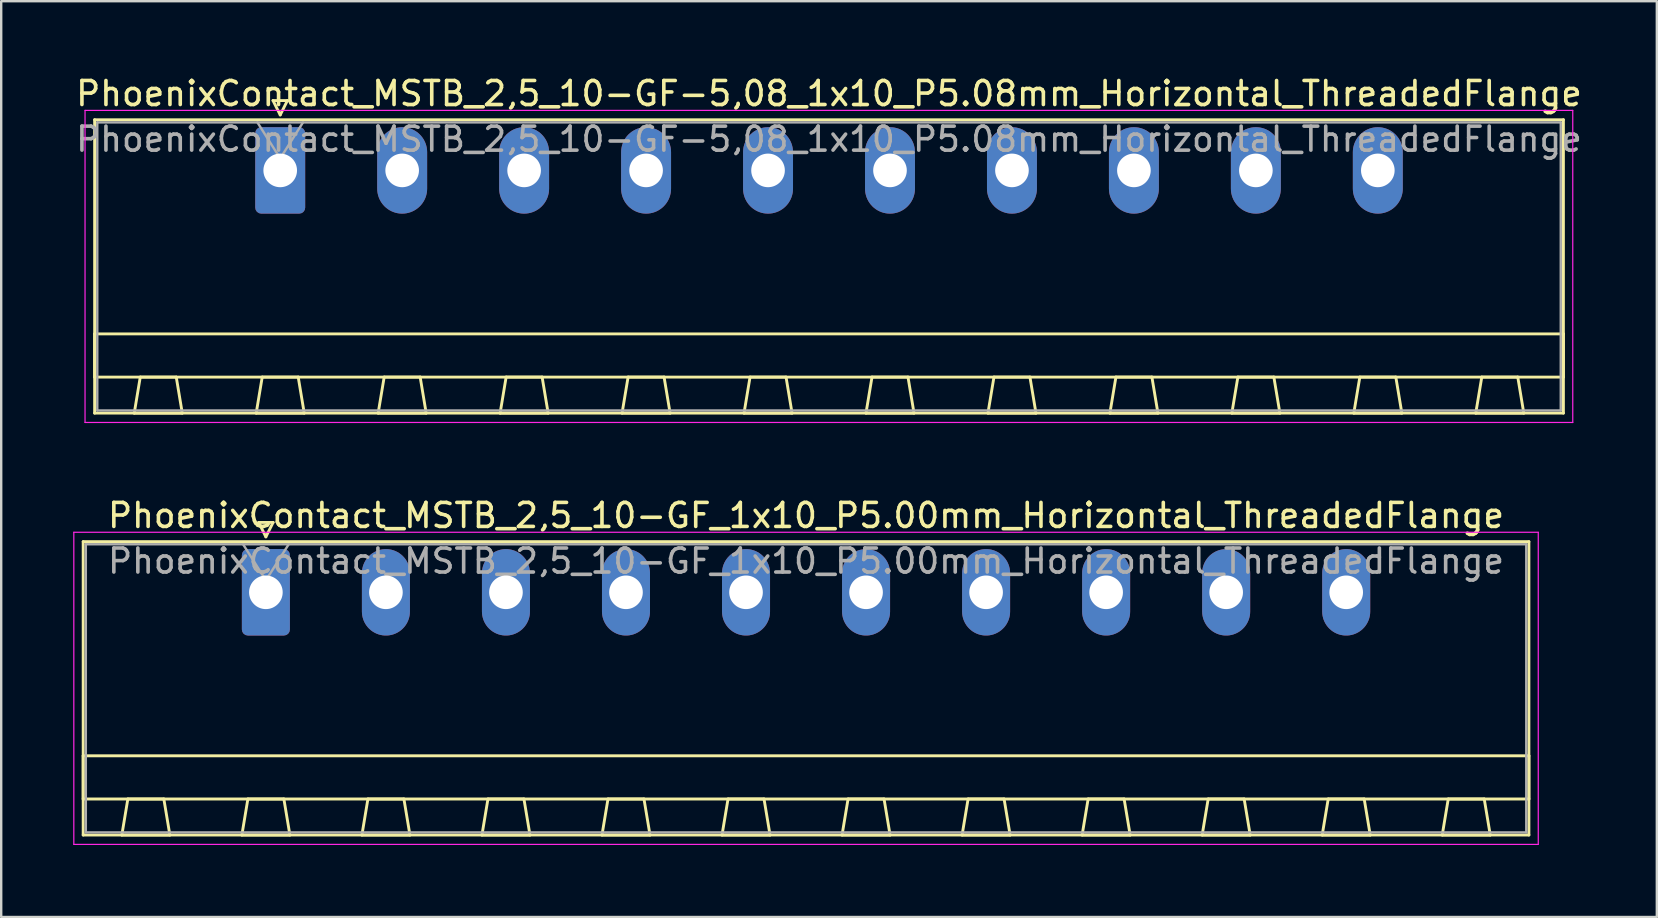
<source format=kicad_pcb>
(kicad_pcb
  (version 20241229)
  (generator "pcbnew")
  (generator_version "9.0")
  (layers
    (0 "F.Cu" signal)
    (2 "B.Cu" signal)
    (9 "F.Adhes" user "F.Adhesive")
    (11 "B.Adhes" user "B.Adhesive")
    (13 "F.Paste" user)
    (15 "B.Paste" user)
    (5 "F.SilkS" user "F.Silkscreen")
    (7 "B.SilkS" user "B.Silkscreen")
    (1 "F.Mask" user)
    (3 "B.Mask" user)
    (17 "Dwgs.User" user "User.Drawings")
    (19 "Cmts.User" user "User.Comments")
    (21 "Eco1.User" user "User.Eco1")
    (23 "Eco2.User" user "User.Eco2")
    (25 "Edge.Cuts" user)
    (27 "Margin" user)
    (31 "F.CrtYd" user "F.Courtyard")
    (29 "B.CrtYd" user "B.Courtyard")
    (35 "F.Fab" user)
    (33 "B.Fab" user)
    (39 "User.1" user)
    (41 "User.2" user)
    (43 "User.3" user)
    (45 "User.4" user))
  (footprint "PhoenixContact_MSTB_2,5_10-GF_1x10_P5.00mm_Horizontal_ThreadedFlange"
    (layer "F.Cu")
    (at 8.025 21.622)
    (property "Reference" "PhoenixContact_MSTB_2,5_10-GF_1x10_P5.00mm_Horizontal_ThreadedFlange" (at 22.5 -3.2 0) (layer "F.SilkS") (effects (font (size 1 1) (thickness 0.15))))
    (attr through_hole)
    (fp_line (start -7.61 -2.11) (end -7.61 10.11) (stroke (width 0.12) (type solid)) (layer "F.SilkS"))
    (fp_line (start -7.61 6.81) (end 52.61 6.81) (stroke (width 0.12) (type solid)) (layer "F.SilkS"))
    (fp_line (start -7.61 8.61) (end -7.61 6.81) (stroke (width 0.12) (type solid)) (layer "F.SilkS"))
    (fp_line (start -7.61 10.11) (end 52.61 10.11) (stroke (width 0.12) (type solid)) (layer "F.SilkS"))
    (fp_line (start -6 10.11) (end -4 10.11) (stroke (width 0.12) (type solid)) (layer "F.SilkS"))
    (fp_line (start -5.75 8.61) (end -6 10.11) (stroke (width 0.12) (type solid)) (layer "F.SilkS"))
    (fp_line (start -4.25 8.61) (end -5.75 8.61) (stroke (width 0.12) (type solid)) (layer "F.SilkS"))
    (fp_line (start -4 10.11) (end -4.25 8.61) (stroke (width 0.12) (type solid)) (layer "F.SilkS"))
    (fp_line (start -1 10.11) (end 1 10.11) (stroke (width 0.12) (type solid)) (layer "F.SilkS"))
    (fp_line (start -0.75 8.61) (end -1 10.11) (stroke (width 0.12) (type solid)) (layer "F.SilkS"))
    (fp_line (start -0.3 -2.91) (end 0.3 -2.91) (stroke (width 0.12) (type solid)) (layer "F.SilkS"))
    (fp_line (start 0 -2.31) (end -0.3 -2.91) (stroke (width 0.12) (type solid)) (layer "F.SilkS"))
    (fp_line (start 0.3 -2.91) (end 0 -2.31) (stroke (width 0.12) (type solid)) (layer "F.SilkS"))
    (fp_line (start 0.75 8.61) (end -0.75 8.61) (stroke (width 0.12) (type solid)) (layer "F.SilkS"))
    (fp_line (start 1 10.11) (end 0.75 8.61) (stroke (width 0.12) (type solid)) (layer "F.SilkS"))
    (fp_line (start 4 10.11) (end 6 10.11) (stroke (width 0.12) (type solid)) (layer "F.SilkS"))
    (fp_line (start 4.25 8.61) (end 4 10.11) (stroke (width 0.12) (type solid)) (layer "F.SilkS"))
    (fp_line (start 5.75 8.61) (end 4.25 8.61) (stroke (width 0.12) (type solid)) (layer "F.SilkS"))
    (fp_line (start 6 10.11) (end 5.75 8.61) (stroke (width 0.12) (type solid)) (layer "F.SilkS"))
    (fp_line (start 9 10.11) (end 11 10.11) (stroke (width 0.12) (type solid)) (layer "F.SilkS"))
    (fp_line (start 9.25 8.61) (end 9 10.11) (stroke (width 0.12) (type solid)) (layer "F.SilkS"))
    (fp_line (start 10.75 8.61) (end 9.25 8.61) (stroke (width 0.12) (type solid)) (layer "F.SilkS"))
    (fp_line (start 11 10.11) (end 10.75 8.61) (stroke (width 0.12) (type solid)) (layer "F.SilkS"))
    (fp_line (start 14 10.11) (end 16 10.11) (stroke (width 0.12) (type solid)) (layer "F.SilkS"))
    (fp_line (start 14.25 8.61) (end 14 10.11) (stroke (width 0.12) (type solid)) (layer "F.SilkS"))
    (fp_line (start 15.75 8.61) (end 14.25 8.61) (stroke (width 0.12) (type solid)) (layer "F.SilkS"))
    (fp_line (start 16 10.11) (end 15.75 8.61) (stroke (width 0.12) (type solid)) (layer "F.SilkS"))
    (fp_line (start 19 10.11) (end 21 10.11) (stroke (width 0.12) (type solid)) (layer "F.SilkS"))
    (fp_line (start 19.25 8.61) (end 19 10.11) (stroke (width 0.12) (type solid)) (layer "F.SilkS"))
    (fp_line (start 20.75 8.61) (end 19.25 8.61) (stroke (width 0.12) (type solid)) (layer "F.SilkS"))
    (fp_line (start 21 10.11) (end 20.75 8.61) (stroke (width 0.12) (type solid)) (layer "F.SilkS"))
    (fp_line (start 24 10.11) (end 26 10.11) (stroke (width 0.12) (type solid)) (layer "F.SilkS"))
    (fp_line (start 24.25 8.61) (end 24 10.11) (stroke (width 0.12) (type solid)) (layer "F.SilkS"))
    (fp_line (start 25.75 8.61) (end 24.25 8.61) (stroke (width 0.12) (type solid)) (layer "F.SilkS"))
    (fp_line (start 26 10.11) (end 25.75 8.61) (stroke (width 0.12) (type solid)) (layer "F.SilkS"))
    (fp_line (start 29 10.11) (end 31 10.11) (stroke (width 0.12) (type solid)) (layer "F.SilkS"))
    (fp_line (start 29.25 8.61) (end 29 10.11) (stroke (width 0.12) (type solid)) (layer "F.SilkS"))
    (fp_line (start 30.75 8.61) (end 29.25 8.61) (stroke (width 0.12) (type solid)) (layer "F.SilkS"))
    (fp_line (start 31 10.11) (end 30.75 8.61) (stroke (width 0.12) (type solid)) (layer "F.SilkS"))
    (fp_line (start 34 10.11) (end 36 10.11) (stroke (width 0.12) (type solid)) (layer "F.SilkS"))
    (fp_line (start 34.25 8.61) (end 34 10.11) (stroke (width 0.12) (type solid)) (layer "F.SilkS"))
    (fp_line (start 35.75 8.61) (end 34.25 8.61) (stroke (width 0.12) (type solid)) (layer "F.SilkS"))
    (fp_line (start 36 10.11) (end 35.75 8.61) (stroke (width 0.12) (type solid)) (layer "F.SilkS"))
    (fp_line (start 39 10.11) (end 41 10.11) (stroke (width 0.12) (type solid)) (layer "F.SilkS"))
    (fp_line (start 39.25 8.61) (end 39 10.11) (stroke (width 0.12) (type solid)) (layer "F.SilkS"))
    (fp_line (start 40.75 8.61) (end 39.25 8.61) (stroke (width 0.12) (type solid)) (layer "F.SilkS"))
    (fp_line (start 41 10.11) (end 40.75 8.61) (stroke (width 0.12) (type solid)) (layer "F.SilkS"))
    (fp_line (start 44 10.11) (end 46 10.11) (stroke (width 0.12) (type solid)) (layer "F.SilkS"))
    (fp_line (start 44.25 8.61) (end 44 10.11) (stroke (width 0.12) (type solid)) (layer "F.SilkS"))
    (fp_line (start 45.75 8.61) (end 44.25 8.61) (stroke (width 0.12) (type solid)) (layer "F.SilkS"))
    (fp_line (start 46 10.11) (end 45.75 8.61) (stroke (width 0.12) (type solid)) (layer "F.SilkS"))
    (fp_line (start 49 10.11) (end 51 10.11) (stroke (width 0.12) (type solid)) (layer "F.SilkS"))
    (fp_line (start 49.25 8.61) (end 49 10.11) (stroke (width 0.12) (type solid)) (layer "F.SilkS"))
    (fp_line (start 50.75 8.61) (end 49.25 8.61) (stroke (width 0.12) (type solid)) (layer "F.SilkS"))
    (fp_line (start 51 10.11) (end 50.75 8.61) (stroke (width 0.12) (type solid)) (layer "F.SilkS"))
    (fp_line (start 52.61 -2.11) (end -7.61 -2.11) (stroke (width 0.12) (type solid)) (layer "F.SilkS"))
    (fp_line (start 52.61 6.81) (end 52.61 8.61) (stroke (width 0.12) (type solid)) (layer "F.SilkS"))
    (fp_line (start 52.61 8.61) (end -7.61 8.61) (stroke (width 0.12) (type solid)) (layer "F.SilkS"))
    (fp_line (start 52.61 10.11) (end 52.61 -2.11) (stroke (width 0.12) (type solid)) (layer "F.SilkS"))
    (fp_line (start -8 -2.5) (end -8 10.5) (stroke (width 0.05) (type solid)) (layer "F.CrtYd"))
    (fp_line (start -8 10.5) (end 53 10.5) (stroke (width 0.05) (type solid)) (layer "F.CrtYd"))
    (fp_line (start 53 -2.5) (end -8 -2.5) (stroke (width 0.05) (type solid)) (layer "F.CrtYd"))
    (fp_line (start 53 10.5) (end 53 -2.5) (stroke (width 0.05) (type solid)) (layer "F.CrtYd"))
    (fp_line (start -7.5 -2) (end -7.5 10) (stroke (width 0.1) (type solid)) (layer "F.Fab"))
    (fp_line (start -7.5 10) (end 52.5 10) (stroke (width 0.1) (type solid)) (layer "F.Fab"))
    (fp_line (start 0 -0.5) (end -0.95 -2) (stroke (width 0.1) (type solid)) (layer "F.Fab"))
    (fp_line (start 0.95 -2) (end 0 -0.5) (stroke (width 0.1) (type solid)) (layer "F.Fab"))
    (fp_line (start 52.5 -2) (end -7.5 -2) (stroke (width 0.1) (type solid)) (layer "F.Fab"))
    (fp_line (start 52.5 10) (end 52.5 -2) (stroke (width 0.1) (type solid)) (layer "F.Fab"))
    (fp_text user "${REFERENCE}" (at 22.5 -1.3 0) (layer "F.Fab") (effects (font (size 1 1) (thickness 0.15))))
    (pad "1" thru_hole roundrect (at 0 0) (size 2 3.6) (drill 1.4) (layers "*.Cu" "*.Mask") (roundrect_rratio 0.125))
    (pad "2" thru_hole oval (at 5 0) (size 2 3.6) (drill 1.4) (layers "*.Cu" "*.Mask"))
    (pad "3" thru_hole oval (at 10 0) (size 2 3.6) (drill 1.4) (layers "*.Cu" "*.Mask"))
    (pad "4" thru_hole oval (at 15 0) (size 2 3.6) (drill 1.4) (layers "*.Cu" "*.Mask"))
    (pad "5" thru_hole oval (at 20 0) (size 2 3.6) (drill 1.4) (layers "*.Cu" "*.Mask"))
    (pad "6" thru_hole oval (at 25 0) (size 2 3.6) (drill 1.4) (layers "*.Cu" "*.Mask"))
    (pad "7" thru_hole oval (at 30 0) (size 2 3.6) (drill 1.4) (layers "*.Cu" "*.Mask"))
    (pad "8" thru_hole oval (at 35 0) (size 2 3.6) (drill 1.4) (layers "*.Cu" "*.Mask"))
    (pad "9" thru_hole oval (at 40 0) (size 2 3.6) (drill 1.4) (layers "*.Cu" "*.Mask"))
    (pad "10" thru_hole oval (at 45 0) (size 2 3.6) (drill 1.4) (layers "*.Cu" "*.Mask")))
  (footprint "PhoenixContact_MSTB_2,5_10-GF-5,08_1x10_P5.08mm_Horizontal_ThreadedFlange"
    (layer "F.Cu")
    (at 8.622 4.048)
    (property "Reference" "PhoenixContact_MSTB_2,5_10-GF-5,08_1x10_P5.08mm_Horizontal_ThreadedFlange" (at 22.86 -3.2 0) (layer "F.SilkS") (effects (font (size 1 1) (thickness 0.15))))
    (attr through_hole)
    (fp_line (start -7.73 -2.11) (end -7.73 10.11) (stroke (width 0.12) (type solid)) (layer "F.SilkS"))
    (fp_line (start -7.73 6.81) (end 53.45 6.81) (stroke (width 0.12) (type solid)) (layer "F.SilkS"))
    (fp_line (start -7.73 8.61) (end -7.73 6.81) (stroke (width 0.12) (type solid)) (layer "F.SilkS"))
    (fp_line (start -7.73 10.11) (end 53.45 10.11) (stroke (width 0.12) (type solid)) (layer "F.SilkS"))
    (fp_line (start -6.08 10.11) (end -4.08 10.11) (stroke (width 0.12) (type solid)) (layer "F.SilkS"))
    (fp_line (start -5.83 8.61) (end -6.08 10.11) (stroke (width 0.12) (type solid)) (layer "F.SilkS"))
    (fp_line (start -4.33 8.61) (end -5.83 8.61) (stroke (width 0.12) (type solid)) (layer "F.SilkS"))
    (fp_line (start -4.08 10.11) (end -4.33 8.61) (stroke (width 0.12) (type solid)) (layer "F.SilkS"))
    (fp_line (start -1 10.11) (end 1 10.11) (stroke (width 0.12) (type solid)) (layer "F.SilkS"))
    (fp_line (start -0.75 8.61) (end -1 10.11) (stroke (width 0.12) (type solid)) (layer "F.SilkS"))
    (fp_line (start -0.3 -2.91) (end 0.3 -2.91) (stroke (width 0.12) (type solid)) (layer "F.SilkS"))
    (fp_line (start 0 -2.31) (end -0.3 -2.91) (stroke (width 0.12) (type solid)) (layer "F.SilkS"))
    (fp_line (start 0.3 -2.91) (end 0 -2.31) (stroke (width 0.12) (type solid)) (layer "F.SilkS"))
    (fp_line (start 0.75 8.61) (end -0.75 8.61) (stroke (width 0.12) (type solid)) (layer "F.SilkS"))
    (fp_line (start 1 10.11) (end 0.75 8.61) (stroke (width 0.12) (type solid)) (layer "F.SilkS"))
    (fp_line (start 4.08 10.11) (end 6.08 10.11) (stroke (width 0.12) (type solid)) (layer "F.SilkS"))
    (fp_line (start 4.33 8.61) (end 4.08 10.11) (stroke (width 0.12) (type solid)) (layer "F.SilkS"))
    (fp_line (start 5.83 8.61) (end 4.33 8.61) (stroke (width 0.12) (type solid)) (layer "F.SilkS"))
    (fp_line (start 6.08 10.11) (end 5.83 8.61) (stroke (width 0.12) (type solid)) (layer "F.SilkS"))
    (fp_line (start 9.16 10.11) (end 11.16 10.11) (stroke (width 0.12) (type solid)) (layer "F.SilkS"))
    (fp_line (start 9.41 8.61) (end 9.16 10.11) (stroke (width 0.12) (type solid)) (layer "F.SilkS"))
    (fp_line (start 10.91 8.61) (end 9.41 8.61) (stroke (width 0.12) (type solid)) (layer "F.SilkS"))
    (fp_line (start 11.16 10.11) (end 10.91 8.61) (stroke (width 0.12) (type solid)) (layer "F.SilkS"))
    (fp_line (start 14.24 10.11) (end 16.24 10.11) (stroke (width 0.12) (type solid)) (layer "F.SilkS"))
    (fp_line (start 14.49 8.61) (end 14.24 10.11) (stroke (width 0.12) (type solid)) (layer "F.SilkS"))
    (fp_line (start 15.99 8.61) (end 14.49 8.61) (stroke (width 0.12) (type solid)) (layer "F.SilkS"))
    (fp_line (start 16.24 10.11) (end 15.99 8.61) (stroke (width 0.12) (type solid)) (layer "F.SilkS"))
    (fp_line (start 19.32 10.11) (end 21.32 10.11) (stroke (width 0.12) (type solid)) (layer "F.SilkS"))
    (fp_line (start 19.57 8.61) (end 19.32 10.11) (stroke (width 0.12) (type solid)) (layer "F.SilkS"))
    (fp_line (start 21.07 8.61) (end 19.57 8.61) (stroke (width 0.12) (type solid)) (layer "F.SilkS"))
    (fp_line (start 21.32 10.11) (end 21.07 8.61) (stroke (width 0.12) (type solid)) (layer "F.SilkS"))
    (fp_line (start 24.4 10.11) (end 26.4 10.11) (stroke (width 0.12) (type solid)) (layer "F.SilkS"))
    (fp_line (start 24.65 8.61) (end 24.4 10.11) (stroke (width 0.12) (type solid)) (layer "F.SilkS"))
    (fp_line (start 26.15 8.61) (end 24.65 8.61) (stroke (width 0.12) (type solid)) (layer "F.SilkS"))
    (fp_line (start 26.4 10.11) (end 26.15 8.61) (stroke (width 0.12) (type solid)) (layer "F.SilkS"))
    (fp_line (start 29.48 10.11) (end 31.48 10.11) (stroke (width 0.12) (type solid)) (layer "F.SilkS"))
    (fp_line (start 29.73 8.61) (end 29.48 10.11) (stroke (width 0.12) (type solid)) (layer "F.SilkS"))
    (fp_line (start 31.23 8.61) (end 29.73 8.61) (stroke (width 0.12) (type solid)) (layer "F.SilkS"))
    (fp_line (start 31.48 10.11) (end 31.23 8.61) (stroke (width 0.12) (type solid)) (layer "F.SilkS"))
    (fp_line (start 34.56 10.11) (end 36.56 10.11) (stroke (width 0.12) (type solid)) (layer "F.SilkS"))
    (fp_line (start 34.81 8.61) (end 34.56 10.11) (stroke (width 0.12) (type solid)) (layer "F.SilkS"))
    (fp_line (start 36.31 8.61) (end 34.81 8.61) (stroke (width 0.12) (type solid)) (layer "F.SilkS"))
    (fp_line (start 36.56 10.11) (end 36.31 8.61) (stroke (width 0.12) (type solid)) (layer "F.SilkS"))
    (fp_line (start 39.64 10.11) (end 41.64 10.11) (stroke (width 0.12) (type solid)) (layer "F.SilkS"))
    (fp_line (start 39.89 8.61) (end 39.64 10.11) (stroke (width 0.12) (type solid)) (layer "F.SilkS"))
    (fp_line (start 41.39 8.61) (end 39.89 8.61) (stroke (width 0.12) (type solid)) (layer "F.SilkS"))
    (fp_line (start 41.64 10.11) (end 41.39 8.61) (stroke (width 0.12) (type solid)) (layer "F.SilkS"))
    (fp_line (start 44.72 10.11) (end 46.72 10.11) (stroke (width 0.12) (type solid)) (layer "F.SilkS"))
    (fp_line (start 44.97 8.61) (end 44.72 10.11) (stroke (width 0.12) (type solid)) (layer "F.SilkS"))
    (fp_line (start 46.47 8.61) (end 44.97 8.61) (stroke (width 0.12) (type solid)) (layer "F.SilkS"))
    (fp_line (start 46.72 10.11) (end 46.47 8.61) (stroke (width 0.12) (type solid)) (layer "F.SilkS"))
    (fp_line (start 49.8 10.11) (end 51.8 10.11) (stroke (width 0.12) (type solid)) (layer "F.SilkS"))
    (fp_line (start 50.05 8.61) (end 49.8 10.11) (stroke (width 0.12) (type solid)) (layer "F.SilkS"))
    (fp_line (start 51.55 8.61) (end 50.05 8.61) (stroke (width 0.12) (type solid)) (layer "F.SilkS"))
    (fp_line (start 51.8 10.11) (end 51.55 8.61) (stroke (width 0.12) (type solid)) (layer "F.SilkS"))
    (fp_line (start 53.45 -2.11) (end -7.73 -2.11) (stroke (width 0.12) (type solid)) (layer "F.SilkS"))
    (fp_line (start 53.45 6.81) (end 53.45 8.61) (stroke (width 0.12) (type solid)) (layer "F.SilkS"))
    (fp_line (start 53.45 8.61) (end -7.73 8.61) (stroke (width 0.12) (type solid)) (layer "F.SilkS"))
    (fp_line (start 53.45 10.11) (end 53.45 -2.11) (stroke (width 0.12) (type solid)) (layer "F.SilkS"))
    (fp_line (start -8.13 -2.5) (end -8.13 10.5) (stroke (width 0.05) (type solid)) (layer "F.CrtYd"))
    (fp_line (start -8.13 10.5) (end 53.84 10.5) (stroke (width 0.05) (type solid)) (layer "F.CrtYd"))
    (fp_line (start 53.84 -2.5) (end -8.13 -2.5) (stroke (width 0.05) (type solid)) (layer "F.CrtYd"))
    (fp_line (start 53.84 10.5) (end 53.84 -2.5) (stroke (width 0.05) (type solid)) (layer "F.CrtYd"))
    (fp_line (start -7.62 -2) (end -7.62 10) (stroke (width 0.1) (type solid)) (layer "F.Fab"))
    (fp_line (start -7.62 10) (end 53.34 10) (stroke (width 0.1) (type solid)) (layer "F.Fab"))
    (fp_line (start 0 -0.5) (end -0.95 -2) (stroke (width 0.1) (type solid)) (layer "F.Fab"))
    (fp_line (start 0.95 -2) (end 0 -0.5) (stroke (width 0.1) (type solid)) (layer "F.Fab"))
    (fp_line (start 53.34 -2) (end -7.62 -2) (stroke (width 0.1) (type solid)) (layer "F.Fab"))
    (fp_line (start 53.34 10) (end 53.34 -2) (stroke (width 0.1) (type solid)) (layer "F.Fab"))
    (fp_text user "${REFERENCE}" (at 22.86 -1.3 0) (layer "F.Fab") (effects (font (size 1 1) (thickness 0.15))))
    (pad "1" thru_hole roundrect (at 0 0) (size 2.08 3.6) (drill 1.4) (layers "*.Cu" "*.Mask") (roundrect_rratio 0.12))
    (pad "2" thru_hole oval (at 5.08 0) (size 2.08 3.6) (drill 1.4) (layers "*.Cu" "*.Mask"))
    (pad "3" thru_hole oval (at 10.16 0) (size 2.08 3.6) (drill 1.4) (layers "*.Cu" "*.Mask"))
    (pad "4" thru_hole oval (at 15.24 0) (size 2.08 3.6) (drill 1.4) (layers "*.Cu" "*.Mask"))
    (pad "5" thru_hole oval (at 20.32 0) (size 2.08 3.6) (drill 1.4) (layers "*.Cu" "*.Mask"))
    (pad "6" thru_hole oval (at 25.4 0) (size 2.08 3.6) (drill 1.4) (layers "*.Cu" "*.Mask"))
    (pad "7" thru_hole oval (at 30.48 0) (size 2.08 3.6) (drill 1.4) (layers "*.Cu" "*.Mask"))
    (pad "8" thru_hole oval (at 35.56 0) (size 2.08 3.6) (drill 1.4) (layers "*.Cu" "*.Mask"))
    (pad "9" thru_hole oval (at 40.64 0) (size 2.08 3.6) (drill 1.4) (layers "*.Cu" "*.Mask"))
    (pad "10" thru_hole oval (at 45.72 0) (size 2.08 3.6) (drill 1.4) (layers "*.Cu" "*.Mask")))
  (gr_rect
    (start -3 -3)
    (end 65.964 35.147)
    (stroke (width 0.1) (type default))
    (fill no)
    (layer "Edge.Cuts")))
</source>
